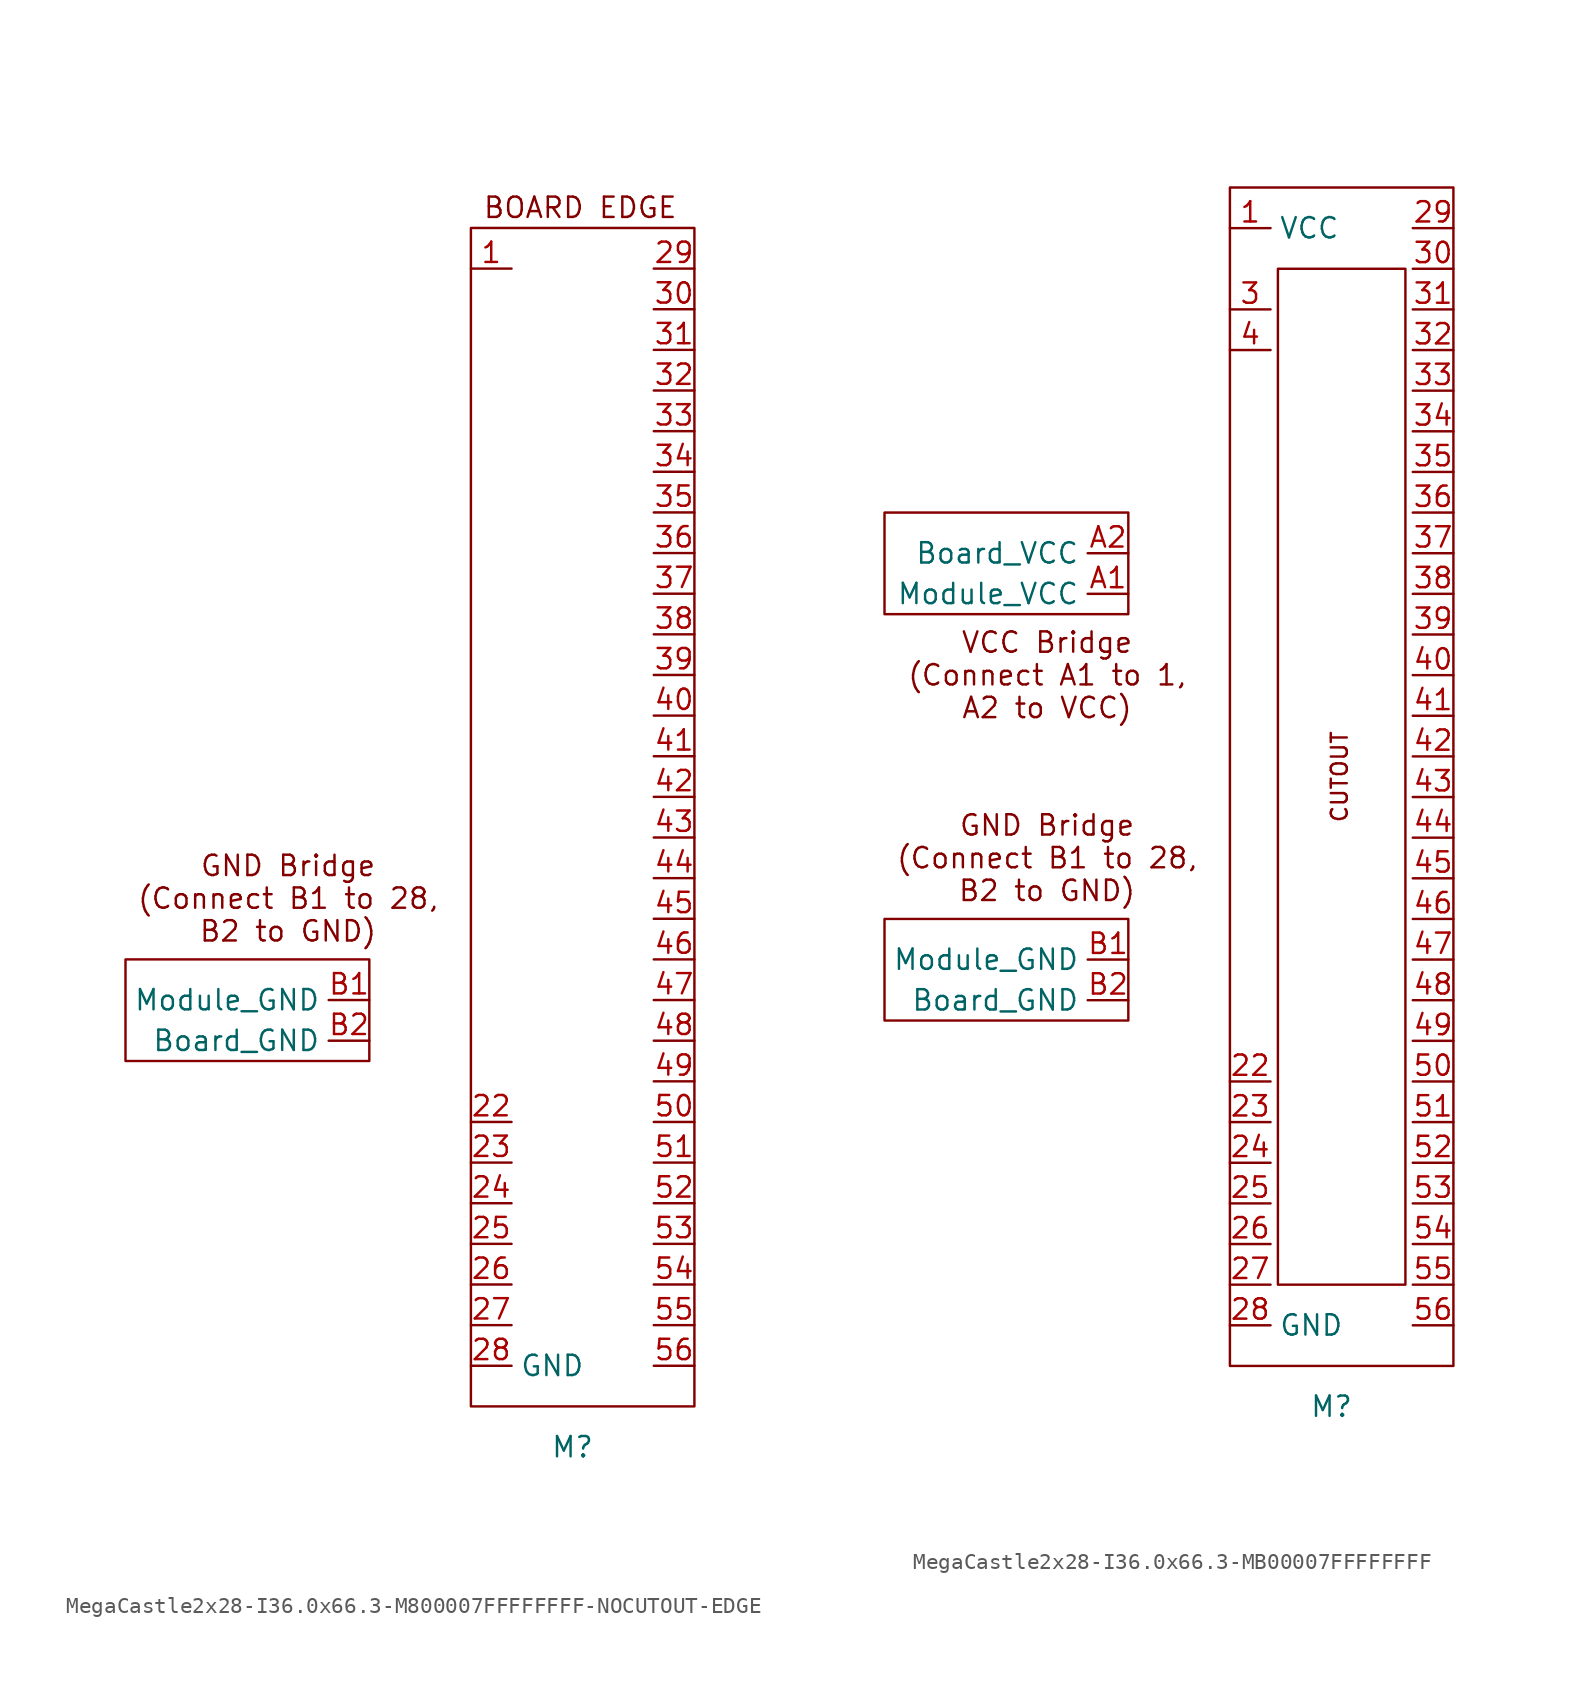
<source format=kicad_sym>
(kicad_symbol_lib
  (version 20241209)
  (generator "kicad_symbol_editor")
  (generator_version "9.0")
  (symbol "MegaCastle2x28-I36.0x66.3-M800007FFFFFFFF-NOCUTOUT-EDGE"
    (property "Reference" "M"
      (at 0 -39.37 0)
      (effects (font (size 1.27 1.27))))
    (property "Value" ""
      (at 0 5.08 0)
      (effects (font (size 1.27 1.27))))
    (symbol "MegaCastle2x28-I36.0x66.3-M800007FFFFFFFF-NOCUTOUT-EDGE_0_1"
      (rectangle (start -27.94 -8.89) (end -12.7 -15.24) (stroke (width 0) (type default)) (fill (type none)))
      (rectangle (start -6.35 36.83) (end 7.62 -36.83) (stroke (width 0) (type default)) (fill (type none))))
    (symbol "MegaCastle2x28-I36.0x66.3-M800007FFFFFFFF-NOCUTOUT-EDGE_1_1"
      (text "GND Bridge\n(Connect B1 to 28,\nB2 to GND)" (at -17.78 -5.08 0) (effects (font (size 1.27 1.27))))
      (text " BOARD EDGE" (at 0 38.1 0) (effects (font (size 1.27 1.27))))
      (pin bidirectional line (at -12.7 -11.43 180) (length 2.54) (name "Module_GND" (effects (font (size 1.27 1.27)))) (number "B1" (effects (font (size 1.27 1.27)))))
      (pin bidirectional line (at -12.7 -13.97 180) (length 2.54) (name "Board_GND" (effects (font (size 1.27 1.27)))) (number "B2" (effects (font (size 1.27 1.27)))))
      (pin bidirectional line (at -6.35 34.29 0) (length 2.54) (name "" (effects (font (size 1.27 1.27)))) (number "1" (effects (font (size 1.27 1.27)))))
      (pin bidirectional line (at -6.35 -19.05 0) (length 2.54) (name "" (effects (font (size 1.27 1.27)))) (number "22" (effects (font (size 1.27 1.27)))))
      (pin bidirectional line (at -6.35 -21.59 0) (length 2.54) (name "" (effects (font (size 1.27 1.27)))) (number "23" (effects (font (size 1.27 1.27)))))
      (pin bidirectional line (at -6.35 -24.13 0) (length 2.54) (name "" (effects (font (size 1.27 1.27)))) (number "24" (effects (font (size 1.27 1.27)))))
      (pin bidirectional line (at -6.35 -26.67 0) (length 2.54) (name "" (effects (font (size 1.27 1.27)))) (number "25" (effects (font (size 1.27 1.27)))))
      (pin bidirectional line (at -6.35 -29.21 0) (length 2.54) (name "" (effects (font (size 1.27 1.27)))) (number "26" (effects (font (size 1.27 1.27)))))
      (pin bidirectional line (at -6.35 -31.75 0) (length 2.54) (name "" (effects (font (size 1.27 1.27)))) (number "27" (effects (font (size 1.27 1.27)))))
      (pin bidirectional line (at -6.35 -34.29 0) (length 2.54) (name "GND" (effects (font (size 1.27 1.27)))) (number "28" (effects (font (size 1.27 1.27)))))
      (pin bidirectional line (at 7.62 34.29 180) (length 2.54) (name "" (effects (font (size 1.27 1.27)))) (number "29" (effects (font (size 1.27 1.27)))))
      (pin bidirectional line (at 7.62 31.75 180) (length 2.54) (name "" (effects (font (size 1.27 1.27)))) (number "30" (effects (font (size 1.27 1.27)))))
      (pin bidirectional line (at 7.62 29.21 180) (length 2.54) (name "" (effects (font (size 1.27 1.27)))) (number "31" (effects (font (size 1.27 1.27)))))
      (pin bidirectional line (at 7.62 26.67 180) (length 2.54) (name "" (effects (font (size 1.27 1.27)))) (number "32" (effects (font (size 1.27 1.27)))))
      (pin bidirectional line (at 7.62 24.13 180) (length 2.54) (name "" (effects (font (size 1.27 1.27)))) (number "33" (effects (font (size 1.27 1.27)))))
      (pin bidirectional line (at 7.62 21.59 180) (length 2.54) (name "" (effects (font (size 1.27 1.27)))) (number "34" (effects (font (size 1.27 1.27)))))
      (pin bidirectional line (at 7.62 19.05 180) (length 2.54) (name "" (effects (font (size 1.27 1.27)))) (number "35" (effects (font (size 1.27 1.27)))))
      (pin bidirectional line (at 7.62 16.51 180) (length 2.54) (name "" (effects (font (size 1.27 1.27)))) (number "36" (effects (font (size 1.27 1.27)))))
      (pin bidirectional line (at 7.62 13.97 180) (length 2.54) (name "" (effects (font (size 1.27 1.27)))) (number "37" (effects (font (size 1.27 1.27)))))
      (pin bidirectional line (at 7.62 11.43 180) (length 2.54) (name "" (effects (font (size 1.27 1.27)))) (number "38" (effects (font (size 1.27 1.27)))))
      (pin bidirectional line (at 7.62 8.89 180) (length 2.54) (name "" (effects (font (size 1.27 1.27)))) (number "39" (effects (font (size 1.27 1.27)))))
      (pin bidirectional line (at 7.62 6.35 180) (length 2.54) (name "" (effects (font (size 1.27 1.27)))) (number "40" (effects (font (size 1.27 1.27)))))
      (pin bidirectional line (at 7.62 3.81 180) (length 2.54) (name "" (effects (font (size 1.27 1.27)))) (number "41" (effects (font (size 1.27 1.27)))))
      (pin bidirectional line (at 7.62 1.27 180) (length 2.54) (name "" (effects (font (size 1.27 1.27)))) (number "42" (effects (font (size 1.27 1.27)))))
      (pin bidirectional line (at 7.62 -1.27 180) (length 2.54) (name "" (effects (font (size 1.27 1.27)))) (number "43" (effects (font (size 1.27 1.27)))))
      (pin bidirectional line (at 7.62 -3.81 180) (length 2.54) (name "" (effects (font (size 1.27 1.27)))) (number "44" (effects (font (size 1.27 1.27)))))
      (pin bidirectional line (at 7.62 -6.35 180) (length 2.54) (name "" (effects (font (size 1.27 1.27)))) (number "45" (effects (font (size 1.27 1.27)))))
      (pin bidirectional line (at 7.62 -8.89 180) (length 2.54) (name "" (effects (font (size 1.27 1.27)))) (number "46" (effects (font (size 1.27 1.27)))))
      (pin bidirectional line (at 7.62 -11.43 180) (length 2.54) (name "" (effects (font (size 1.27 1.27)))) (number "47" (effects (font (size 1.27 1.27)))))
      (pin bidirectional line (at 7.62 -13.97 180) (length 2.54) (name "" (effects (font (size 1.27 1.27)))) (number "48" (effects (font (size 1.27 1.27)))))
      (pin bidirectional line (at 7.62 -16.51 180) (length 2.54) (name "" (effects (font (size 1.27 1.27)))) (number "49" (effects (font (size 1.27 1.27)))))
      (pin bidirectional line (at 7.62 -19.05 180) (length 2.54) (name "" (effects (font (size 1.27 1.27)))) (number "50" (effects (font (size 1.27 1.27)))))
      (pin bidirectional line (at 7.62 -21.59 180) (length 2.54) (name "" (effects (font (size 1.27 1.27)))) (number "51" (effects (font (size 1.27 1.27)))))
      (pin bidirectional line (at 7.62 -24.13 180) (length 2.54) (name "" (effects (font (size 1.27 1.27)))) (number "52" (effects (font (size 1.27 1.27)))))
      (pin bidirectional line (at 7.62 -26.67 180) (length 2.54) (name "" (effects (font (size 1.27 1.27)))) (number "53" (effects (font (size 1.27 1.27)))))
      (pin bidirectional line (at 7.62 -29.21 180) (length 2.54) (name "" (effects (font (size 1.27 1.27)))) (number "54" (effects (font (size 1.27 1.27)))))
      (pin bidirectional line (at 7.62 -31.75 180) (length 2.54) (name "" (effects (font (size 1.27 1.27)))) (number "55" (effects (font (size 1.27 1.27)))))
      (pin bidirectional line (at 7.62 -34.29 180) (length 2.54) (name "" (effects (font (size 1.27 1.27)))) (number "56" (effects (font (size 1.27 1.27)))))))
  (symbol "MegaCastle2x28-I36.0x66.3-MB00007FFFFFFFF"
    (property "Reference" "M"
      (at 0 -39.37 0)
      (effects (font (size 1.27 1.27))))
    (property "Value" ""
      (at 0 5.08 0)
      (effects (font (size 1.27 1.27))))
    (symbol "MegaCastle2x28-I36.0x66.3-MB00007FFFFFFFF_0_1"
      (rectangle (start -27.94 16.51) (end -12.7 10.16) (stroke (width 0) (type default)) (fill (type none)))
      (rectangle (start -27.94 -8.89) (end -12.7 -15.24) (stroke (width 0) (type default)) (fill (type none)))
      (rectangle (start -6.35 36.83) (end 7.62 -36.83) (stroke (width 0) (type default)) (fill (type none)))
      (rectangle (start -3.35 31.75) (end 4.62 -31.75) (stroke (width 0) (type default)) (fill (type none))))
    (symbol "MegaCastle2x28-I36.0x66.3-MB00007FFFFFFFF_1_1"
      (text "VCC Bridge\n(Connect A1 to 1,\nA2 to VCC)" (at -17.78 6.35 0) (effects (font (size 1.27 1.27))))
      (text "GND Bridge\n(Connect B1 to 28,\nB2 to GND)" (at -17.78 -5.08 0) (effects (font (size 1.27 1.27))))
      (text "CUTOUT" (at 0.5 0 900) (effects (font (size 1 1))))
      (pin bidirectional line (at -12.7 13.97 180) (length 2.54) (name "Board_VCC" (effects (font (size 1.27 1.27)))) (number "A2" (effects (font (size 1.27 1.27)))))
      (pin bidirectional line (at -12.7 11.43 180) (length 2.54) (name "Module_VCC" (effects (font (size 1.27 1.27)))) (number "A1" (effects (font (size 1.27 1.27)))))
      (pin bidirectional line (at -12.7 -11.43 180) (length 2.54) (name "Module_GND" (effects (font (size 1.27 1.27)))) (number "B1" (effects (font (size 1.27 1.27)))))
      (pin bidirectional line (at -12.7 -13.97 180) (length 2.54) (name "Board_GND" (effects (font (size 1.27 1.27)))) (number "B2" (effects (font (size 1.27 1.27)))))
      (pin bidirectional line (at -6.35 34.29 0) (length 2.54) (name "VCC" (effects (font (size 1.27 1.27)))) (number "1" (effects (font (size 1.27 1.27)))))
      (pin bidirectional line (at -6.35 29.21 0) (length 2.54) (name "" (effects (font (size 1.27 1.27)))) (number "3" (effects (font (size 1.27 1.27)))))
      (pin bidirectional line (at -6.35 26.67 0) (length 2.54) (name "" (effects (font (size 1.27 1.27)))) (number "4" (effects (font (size 1.27 1.27)))))
      (pin bidirectional line (at -6.35 -19.05 0) (length 2.54) (name "" (effects (font (size 1.27 1.27)))) (number "22" (effects (font (size 1.27 1.27)))))
      (pin bidirectional line (at -6.35 -21.59 0) (length 2.54) (name "" (effects (font (size 1.27 1.27)))) (number "23" (effects (font (size 1.27 1.27)))))
      (pin bidirectional line (at -6.35 -24.13 0) (length 2.54) (name "" (effects (font (size 1.27 1.27)))) (number "24" (effects (font (size 1.27 1.27)))))
      (pin bidirectional line (at -6.35 -26.67 0) (length 2.54) (name "" (effects (font (size 1.27 1.27)))) (number "25" (effects (font (size 1.27 1.27)))))
      (pin bidirectional line (at -6.35 -29.21 0) (length 2.54) (name "" (effects (font (size 1.27 1.27)))) (number "26" (effects (font (size 1.27 1.27)))))
      (pin bidirectional line (at -6.35 -31.75 0) (length 2.54) (name "" (effects (font (size 1.27 1.27)))) (number "27" (effects (font (size 1.27 1.27)))))
      (pin bidirectional line (at -6.35 -34.29 0) (length 2.54) (name "GND" (effects (font (size 1.27 1.27)))) (number "28" (effects (font (size 1.27 1.27)))))
      (pin bidirectional line (at 7.62 34.29 180) (length 2.54) (name "" (effects (font (size 1.27 1.27)))) (number "29" (effects (font (size 1.27 1.27)))))
      (pin bidirectional line (at 7.62 31.75 180) (length 2.54) (name "" (effects (font (size 1.27 1.27)))) (number "30" (effects (font (size 1.27 1.27)))))
      (pin bidirectional line (at 7.62 29.21 180) (length 2.54) (name "" (effects (font (size 1.27 1.27)))) (number "31" (effects (font (size 1.27 1.27)))))
      (pin bidirectional line (at 7.62 26.67 180) (length 2.54) (name "" (effects (font (size 1.27 1.27)))) (number "32" (effects (font (size 1.27 1.27)))))
      (pin bidirectional line (at 7.62 24.13 180) (length 2.54) (name "" (effects (font (size 1.27 1.27)))) (number "33" (effects (font (size 1.27 1.27)))))
      (pin bidirectional line (at 7.62 21.59 180) (length 2.54) (name "" (effects (font (size 1.27 1.27)))) (number "34" (effects (font (size 1.27 1.27)))))
      (pin bidirectional line (at 7.62 19.05 180) (length 2.54) (name "" (effects (font (size 1.27 1.27)))) (number "35" (effects (font (size 1.27 1.27)))))
      (pin bidirectional line (at 7.62 16.51 180) (length 2.54) (name "" (effects (font (size 1.27 1.27)))) (number "36" (effects (font (size 1.27 1.27)))))
      (pin bidirectional line (at 7.62 13.97 180) (length 2.54) (name "" (effects (font (size 1.27 1.27)))) (number "37" (effects (font (size 1.27 1.27)))))
      (pin bidirectional line (at 7.62 11.43 180) (length 2.54) (name "" (effects (font (size 1.27 1.27)))) (number "38" (effects (font (size 1.27 1.27)))))
      (pin bidirectional line (at 7.62 8.89 180) (length 2.54) (name "" (effects (font (size 1.27 1.27)))) (number "39" (effects (font (size 1.27 1.27)))))
      (pin bidirectional line (at 7.62 6.35 180) (length 2.54) (name "" (effects (font (size 1.27 1.27)))) (number "40" (effects (font (size 1.27 1.27)))))
      (pin bidirectional line (at 7.62 3.81 180) (length 2.54) (name "" (effects (font (size 1.27 1.27)))) (number "41" (effects (font (size 1.27 1.27)))))
      (pin bidirectional line (at 7.62 1.27 180) (length 2.54) (name "" (effects (font (size 1.27 1.27)))) (number "42" (effects (font (size 1.27 1.27)))))
      (pin bidirectional line (at 7.62 -1.27 180) (length 2.54) (name "" (effects (font (size 1.27 1.27)))) (number "43" (effects (font (size 1.27 1.27)))))
      (pin bidirectional line (at 7.62 -3.81 180) (length 2.54) (name "" (effects (font (size 1.27 1.27)))) (number "44" (effects (font (size 1.27 1.27)))))
      (pin bidirectional line (at 7.62 -6.35 180) (length 2.54) (name "" (effects (font (size 1.27 1.27)))) (number "45" (effects (font (size 1.27 1.27)))))
      (pin bidirectional line (at 7.62 -8.89 180) (length 2.54) (name "" (effects (font (size 1.27 1.27)))) (number "46" (effects (font (size 1.27 1.27)))))
      (pin bidirectional line (at 7.62 -11.43 180) (length 2.54) (name "" (effects (font (size 1.27 1.27)))) (number "47" (effects (font (size 1.27 1.27)))))
      (pin bidirectional line (at 7.62 -13.97 180) (length 2.54) (name "" (effects (font (size 1.27 1.27)))) (number "48" (effects (font (size 1.27 1.27)))))
      (pin bidirectional line (at 7.62 -16.51 180) (length 2.54) (name "" (effects (font (size 1.27 1.27)))) (number "49" (effects (font (size 1.27 1.27)))))
      (pin bidirectional line (at 7.62 -19.05 180) (length 2.54) (name "" (effects (font (size 1.27 1.27)))) (number "50" (effects (font (size 1.27 1.27)))))
      (pin bidirectional line (at 7.62 -21.59 180) (length 2.54) (name "" (effects (font (size 1.27 1.27)))) (number "51" (effects (font (size 1.27 1.27)))))
      (pin bidirectional line (at 7.62 -24.13 180) (length 2.54) (name "" (effects (font (size 1.27 1.27)))) (number "52" (effects (font (size 1.27 1.27)))))
      (pin bidirectional line (at 7.62 -26.67 180) (length 2.54) (name "" (effects (font (size 1.27 1.27)))) (number "53" (effects (font (size 1.27 1.27)))))
      (pin bidirectional line (at 7.62 -29.21 180) (length 2.54) (name "" (effects (font (size 1.27 1.27)))) (number "54" (effects (font (size 1.27 1.27)))))
      (pin bidirectional line (at 7.62 -31.75 180) (length 2.54) (name "" (effects (font (size 1.27 1.27)))) (number "55" (effects (font (size 1.27 1.27)))))
      (pin bidirectional line (at 7.62 -34.29 180) (length 2.54) (name "" (effects (font (size 1.27 1.27)))) (number "56" (effects (font (size 1.27 1.27))))))))
</source>
